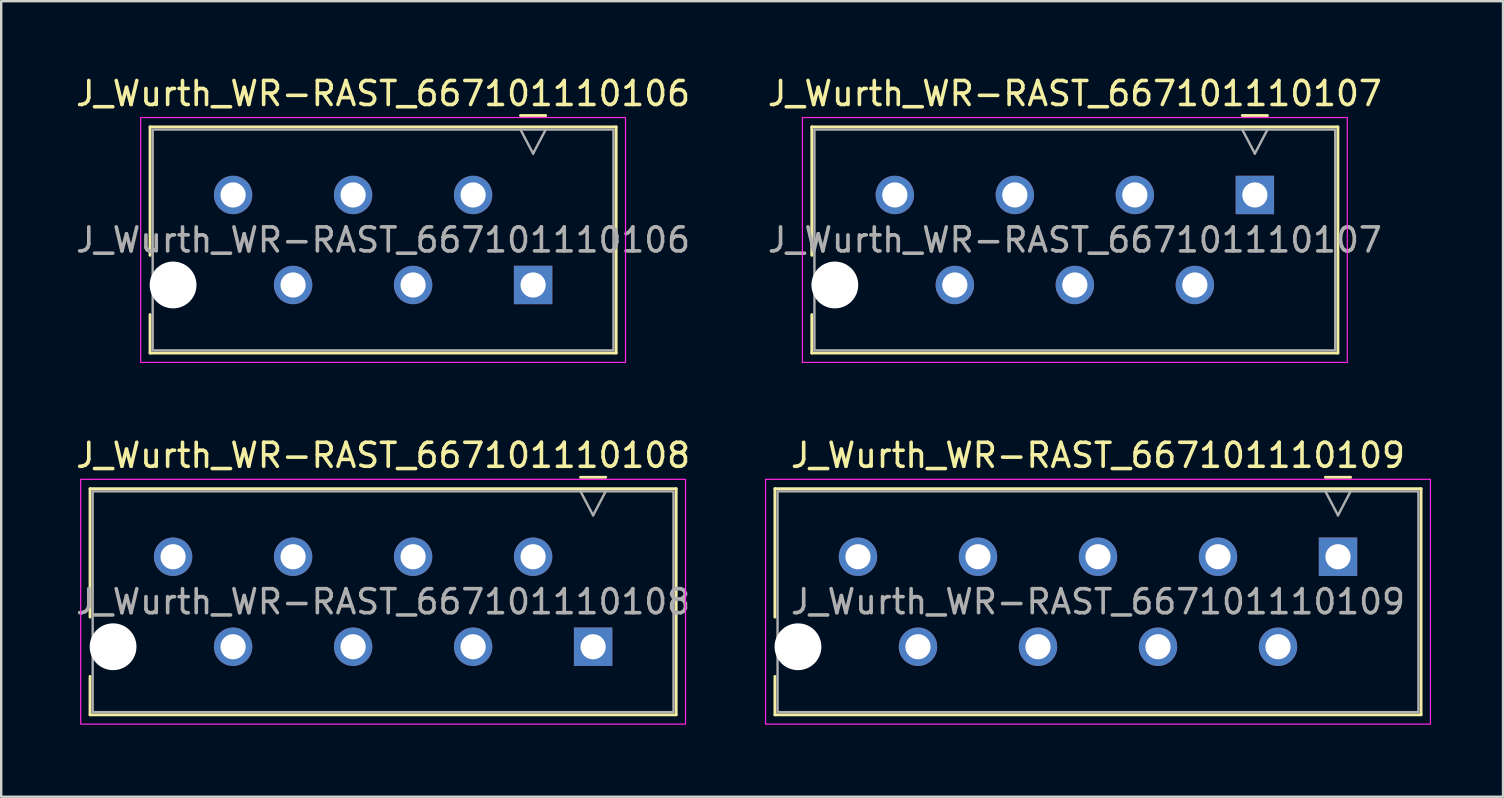
<source format=kicad_pcb>
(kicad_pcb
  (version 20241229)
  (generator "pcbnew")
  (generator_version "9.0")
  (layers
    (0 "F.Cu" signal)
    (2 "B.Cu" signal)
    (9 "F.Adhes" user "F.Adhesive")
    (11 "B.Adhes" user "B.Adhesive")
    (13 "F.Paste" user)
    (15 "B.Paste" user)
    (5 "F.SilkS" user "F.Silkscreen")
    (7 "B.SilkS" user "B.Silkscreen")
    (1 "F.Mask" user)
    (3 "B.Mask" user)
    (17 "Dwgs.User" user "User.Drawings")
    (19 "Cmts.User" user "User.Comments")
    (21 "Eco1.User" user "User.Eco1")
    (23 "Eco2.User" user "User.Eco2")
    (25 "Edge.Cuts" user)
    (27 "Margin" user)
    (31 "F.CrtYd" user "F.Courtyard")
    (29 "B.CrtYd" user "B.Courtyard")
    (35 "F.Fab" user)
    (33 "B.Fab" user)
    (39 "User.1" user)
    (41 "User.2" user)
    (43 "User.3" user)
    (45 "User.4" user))
  (footprint "J_Wurth_WR-RAST_667101110108"
    (layer "F.Cu")
    (at 21.661 23.896)
    (property "Reference" "J_Wurth_WR-RAST_667101110108" (at -8.75 -7.975 0) (unlocked yes) (layer "F.SilkS") (effects (font (size 1 1) (thickness 0.15))))
    (attr smd)
    (fp_line (start -20.96 -6.585) (end -20.96 -1.235) (stroke (width 0.12) (type default)) (layer "F.SilkS"))
    (fp_line (start -20.96 -6.585) (end 3.46 -6.585) (stroke (width 0.12) (type default)) (layer "F.SilkS"))
    (fp_line (start -20.96 2.835) (end -20.96 1.235) (stroke (width 0.12) (type default)) (layer "F.SilkS"))
    (fp_line (start -20.96 2.835) (end 3.46 2.835) (stroke (width 0.12) (type default)) (layer "F.SilkS"))
    (fp_line (start -0.525 -7.06) (end 0.525 -7.06) (stroke (width 0.12) (type default)) (layer "F.SilkS"))
    (fp_line (start 3.46 -6.585) (end 3.46 2.835) (stroke (width 0.12) (type default)) (layer "F.SilkS"))
    (fp_rect (start -21.35 -6.975) (end 3.85 3.225) (stroke (width 0.05) (type default)) (fill no) (layer "F.CrtYd"))
    (fp_line (start -0.525 -6.475) (end 0 -5.475) (stroke (width 0.1) (type default)) (layer "F.Fab"))
    (fp_line (start 0.525 -6.475) (end 0 -5.475) (stroke (width 0.1) (type default)) (layer "F.Fab"))
    (fp_rect (start -20.85 -6.475) (end 3.35 2.725) (stroke (width 0.1) (type default)) (fill no) (layer "F.Fab"))
    (fp_text user "${REFERENCE}" (at -8.75 -1.875 0) (unlocked yes) (layer "F.Fab") (effects (font (size 1 1) (thickness 0.15))))
    (pad "" np_thru_hole circle (at -20 0) (size 1.95 1.95) (drill 1.95) (layers "*.Cu" "*.Mask"))
    (pad "1" thru_hole rect (at 0 0) (size 1.6 1.6) (drill 1.05) (layers "*.Cu" "*.Mask"))
    (pad "2" thru_hole circle (at -2.5 -3.75) (size 1.6 1.6) (drill 1.05) (layers "*.Cu" "*.Mask"))
    (pad "3" thru_hole circle (at -5 0) (size 1.6 1.6) (drill 1.05) (layers "*.Cu" "*.Mask"))
    (pad "4" thru_hole circle (at -7.5 -3.75) (size 1.6 1.6) (drill 1.05) (layers "*.Cu" "*.Mask"))
    (pad "5" thru_hole circle (at -10 0) (size 1.6 1.6) (drill 1.05) (layers "*.Cu" "*.Mask"))
    (pad "6" thru_hole circle (at -12.5 -3.75) (size 1.6 1.6) (drill 1.05) (layers "*.Cu" "*.Mask"))
    (pad "7" thru_hole circle (at -15 0) (size 1.6 1.6) (drill 1.05) (layers "*.Cu" "*.Mask"))
    (pad "8" thru_hole circle (at -17.5 -3.75) (size 1.6 1.6) (drill 1.05) (layers "*.Cu" "*.Mask")))
  (footprint "J_Wurth_WR-RAST_667101110106"
    (layer "F.Cu")
    (at 19.161 8.823)
    (property "Reference" "J_Wurth_WR-RAST_667101110106" (at -6.25 -7.975 0) (unlocked yes) (layer "F.SilkS") (effects (font (size 1 1) (thickness 0.15))))
    (attr smd)
    (fp_line (start -15.96 -6.585) (end -15.96 -1.235) (stroke (width 0.12) (type default)) (layer "F.SilkS"))
    (fp_line (start -15.96 -6.585) (end 3.46 -6.585) (stroke (width 0.12) (type default)) (layer "F.SilkS"))
    (fp_line (start -15.96 2.835) (end -15.96 1.235) (stroke (width 0.12) (type default)) (layer "F.SilkS"))
    (fp_line (start -15.96 2.835) (end 3.46 2.835) (stroke (width 0.12) (type default)) (layer "F.SilkS"))
    (fp_line (start -0.525 -7.06) (end 0.525 -7.06) (stroke (width 0.12) (type default)) (layer "F.SilkS"))
    (fp_line (start 3.46 -6.585) (end 3.46 2.835) (stroke (width 0.12) (type default)) (layer "F.SilkS"))
    (fp_rect (start -16.35 -6.975) (end 3.85 3.225) (stroke (width 0.05) (type default)) (fill no) (layer "F.CrtYd"))
    (fp_line (start -0.525 -6.475) (end 0 -5.475) (stroke (width 0.1) (type default)) (layer "F.Fab"))
    (fp_line (start 0.525 -6.475) (end 0 -5.475) (stroke (width 0.1) (type default)) (layer "F.Fab"))
    (fp_rect (start -15.85 -6.475) (end 3.35 2.725) (stroke (width 0.1) (type default)) (fill no) (layer "F.Fab"))
    (fp_text user "${REFERENCE}" (at -6.25 -1.875 0) (unlocked yes) (layer "F.Fab") (effects (font (size 1 1) (thickness 0.15))))
    (pad "" np_thru_hole circle (at -15 0) (size 1.95 1.95) (drill 1.95) (layers "*.Cu" "*.Mask"))
    (pad "1" thru_hole rect (at 0 0) (size 1.6 1.6) (drill 1.05) (layers "*.Cu" "*.Mask"))
    (pad "2" thru_hole circle (at -2.5 -3.75) (size 1.6 1.6) (drill 1.05) (layers "*.Cu" "*.Mask"))
    (pad "3" thru_hole circle (at -5 0) (size 1.6 1.6) (drill 1.05) (layers "*.Cu" "*.Mask"))
    (pad "4" thru_hole circle (at -7.5 -3.75) (size 1.6 1.6) (drill 1.05) (layers "*.Cu" "*.Mask"))
    (pad "5" thru_hole circle (at -10 0) (size 1.6 1.6) (drill 1.05) (layers "*.Cu" "*.Mask"))
    (pad "6" thru_hole circle (at -12.5 -3.75) (size 1.6 1.6) (drill 1.05) (layers "*.Cu" "*.Mask")))
  (footprint "J_Wurth_WR-RAST_667101110109"
    (layer "F.Cu")
    (at 52.696 20.146)
    (property "Reference" "J_Wurth_WR-RAST_667101110109" (at -10 -4.225 0) (unlocked yes) (layer "F.SilkS") (effects (font (size 1 1) (thickness 0.15))))
    (attr smd)
    (fp_line (start -23.46 -2.835) (end -23.46 2.515) (stroke (width 0.12) (type default)) (layer "F.SilkS"))
    (fp_line (start -23.46 -2.835) (end 3.46 -2.835) (stroke (width 0.12) (type default)) (layer "F.SilkS"))
    (fp_line (start -23.46 6.585) (end -23.46 4.985) (stroke (width 0.12) (type default)) (layer "F.SilkS"))
    (fp_line (start -23.46 6.585) (end 3.46 6.585) (stroke (width 0.12) (type default)) (layer "F.SilkS"))
    (fp_line (start -0.525 -3.31) (end 0.525 -3.31) (stroke (width 0.12) (type default)) (layer "F.SilkS"))
    (fp_line (start 3.46 -2.835) (end 3.46 6.585) (stroke (width 0.12) (type default)) (layer "F.SilkS"))
    (fp_rect (start -23.85 -3.225) (end 3.85 6.975) (stroke (width 0.05) (type default)) (fill no) (layer "F.CrtYd"))
    (fp_line (start -0.525 -2.725) (end 0 -1.725) (stroke (width 0.1) (type default)) (layer "F.Fab"))
    (fp_line (start 0.525 -2.725) (end 0 -1.725) (stroke (width 0.1) (type default)) (layer "F.Fab"))
    (fp_rect (start -23.35 -2.725) (end 3.35 6.475) (stroke (width 0.1) (type default)) (fill no) (layer "F.Fab"))
    (fp_text user "${REFERENCE}" (at -10 1.875 0) (unlocked yes) (layer "F.Fab") (effects (font (size 1 1) (thickness 0.15))))
    (pad "" np_thru_hole circle (at -22.5 3.75) (size 1.95 1.95) (drill 1.95) (layers "*.Cu" "*.Mask"))
    (pad "1" thru_hole rect (at 0 0) (size 1.6 1.6) (drill 1.05) (layers "*.Cu" "*.Mask"))
    (pad "2" thru_hole circle (at -2.5 3.75) (size 1.6 1.6) (drill 1.05) (layers "*.Cu" "*.Mask"))
    (pad "3" thru_hole circle (at -5 0) (size 1.6 1.6) (drill 1.05) (layers "*.Cu" "*.Mask"))
    (pad "4" thru_hole circle (at -7.5 3.75) (size 1.6 1.6) (drill 1.05) (layers "*.Cu" "*.Mask"))
    (pad "5" thru_hole circle (at -10 0) (size 1.6 1.6) (drill 1.05) (layers "*.Cu" "*.Mask"))
    (pad "6" thru_hole circle (at -12.5 3.75) (size 1.6 1.6) (drill 1.05) (layers "*.Cu" "*.Mask"))
    (pad "7" thru_hole circle (at -15 0) (size 1.6 1.6) (drill 1.05) (layers "*.Cu" "*.Mask"))
    (pad "8" thru_hole circle (at -17.5 3.75) (size 1.6 1.6) (drill 1.05) (layers "*.Cu" "*.Mask"))
    (pad "9" thru_hole circle (at -20 0) (size 1.6 1.6) (drill 1.05) (layers "*.Cu" "*.Mask")))
  (footprint "J_Wurth_WR-RAST_667101110107"
    (layer "F.Cu")
    (at 49.232 5.073)
    (property "Reference" "J_Wurth_WR-RAST_667101110107" (at -7.5 -4.225 0) (unlocked yes) (layer "F.SilkS") (effects (font (size 1 1) (thickness 0.15))))
    (attr smd)
    (fp_line (start -18.46 -2.835) (end -18.46 2.515) (stroke (width 0.12) (type default)) (layer "F.SilkS"))
    (fp_line (start -18.46 -2.835) (end 3.46 -2.835) (stroke (width 0.12) (type default)) (layer "F.SilkS"))
    (fp_line (start -18.46 6.585) (end -18.46 4.985) (stroke (width 0.12) (type default)) (layer "F.SilkS"))
    (fp_line (start -18.46 6.585) (end 3.46 6.585) (stroke (width 0.12) (type default)) (layer "F.SilkS"))
    (fp_line (start -0.525 -3.31) (end 0.525 -3.31) (stroke (width 0.12) (type default)) (layer "F.SilkS"))
    (fp_line (start 3.46 -2.835) (end 3.46 6.585) (stroke (width 0.12) (type default)) (layer "F.SilkS"))
    (fp_rect (start -18.85 -3.225) (end 3.85 6.975) (stroke (width 0.05) (type default)) (fill no) (layer "F.CrtYd"))
    (fp_line (start -0.525 -2.725) (end 0 -1.725) (stroke (width 0.1) (type default)) (layer "F.Fab"))
    (fp_line (start 0.525 -2.725) (end 0 -1.725) (stroke (width 0.1) (type default)) (layer "F.Fab"))
    (fp_rect (start -18.35 -2.725) (end 3.35 6.475) (stroke (width 0.1) (type default)) (fill no) (layer "F.Fab"))
    (fp_text user "${REFERENCE}" (at -7.5 1.875 0) (unlocked yes) (layer "F.Fab") (effects (font (size 1 1) (thickness 0.15))))
    (pad "" np_thru_hole circle (at -17.5 3.75) (size 1.95 1.95) (drill 1.95) (layers "*.Cu" "*.Mask"))
    (pad "1" thru_hole rect (at 0 0) (size 1.6 1.6) (drill 1.05) (layers "*.Cu" "*.Mask"))
    (pad "2" thru_hole circle (at -2.5 3.75) (size 1.6 1.6) (drill 1.05) (layers "*.Cu" "*.Mask"))
    (pad "3" thru_hole circle (at -5 0) (size 1.6 1.6) (drill 1.05) (layers "*.Cu" "*.Mask"))
    (pad "4" thru_hole circle (at -7.5 3.75) (size 1.6 1.6) (drill 1.05) (layers "*.Cu" "*.Mask"))
    (pad "5" thru_hole circle (at -10 0) (size 1.6 1.6) (drill 1.05) (layers "*.Cu" "*.Mask"))
    (pad "6" thru_hole circle (at -12.5 3.75) (size 1.6 1.6) (drill 1.05) (layers "*.Cu" "*.Mask"))
    (pad "7" thru_hole circle (at -15 0) (size 1.6 1.6) (drill 1.05) (layers "*.Cu" "*.Mask")))
  (gr_rect
    (start -3 -3)
    (end 59.571 30.146)
    (stroke (width 0.1) (type default))
    (fill no)
    (layer "Edge.Cuts")))
</source>
